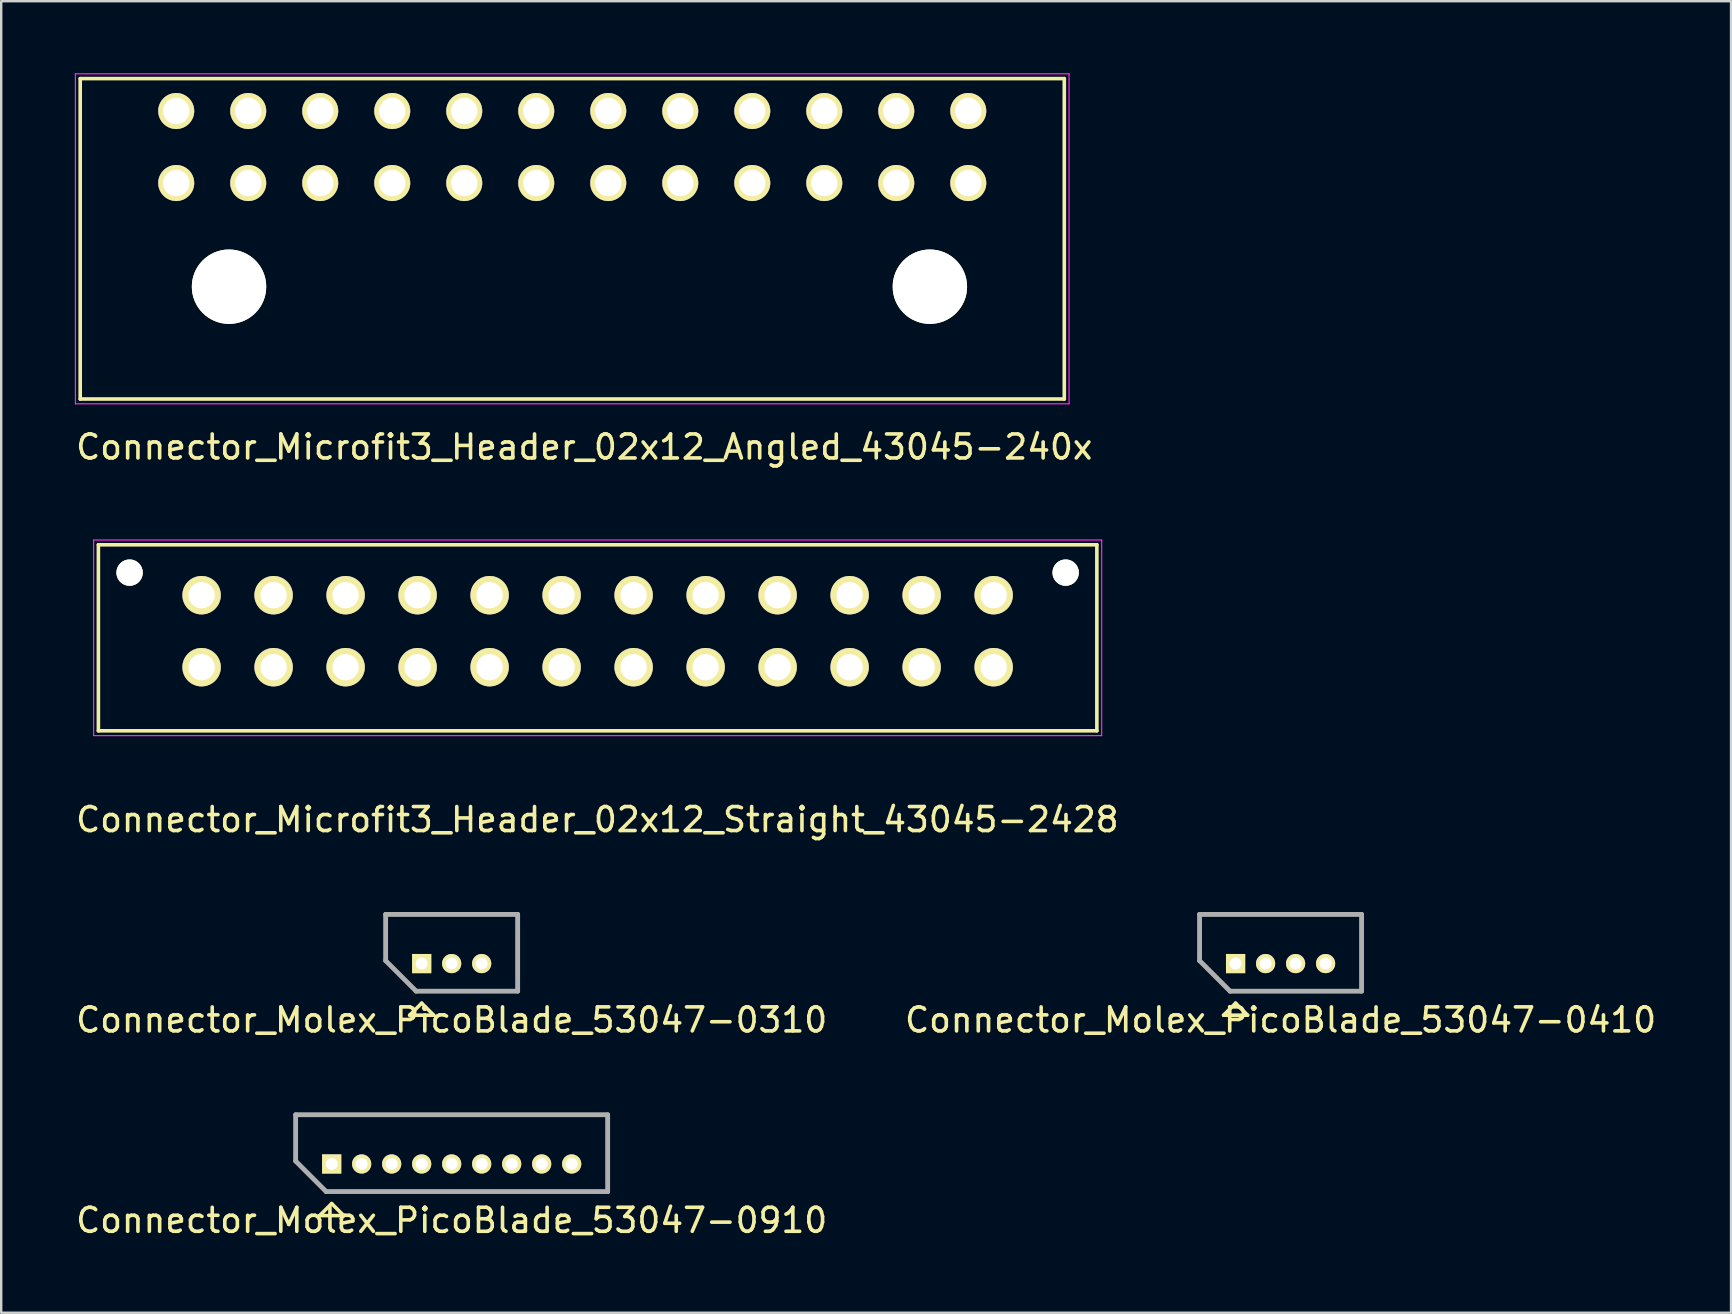
<source format=kicad_pcb>
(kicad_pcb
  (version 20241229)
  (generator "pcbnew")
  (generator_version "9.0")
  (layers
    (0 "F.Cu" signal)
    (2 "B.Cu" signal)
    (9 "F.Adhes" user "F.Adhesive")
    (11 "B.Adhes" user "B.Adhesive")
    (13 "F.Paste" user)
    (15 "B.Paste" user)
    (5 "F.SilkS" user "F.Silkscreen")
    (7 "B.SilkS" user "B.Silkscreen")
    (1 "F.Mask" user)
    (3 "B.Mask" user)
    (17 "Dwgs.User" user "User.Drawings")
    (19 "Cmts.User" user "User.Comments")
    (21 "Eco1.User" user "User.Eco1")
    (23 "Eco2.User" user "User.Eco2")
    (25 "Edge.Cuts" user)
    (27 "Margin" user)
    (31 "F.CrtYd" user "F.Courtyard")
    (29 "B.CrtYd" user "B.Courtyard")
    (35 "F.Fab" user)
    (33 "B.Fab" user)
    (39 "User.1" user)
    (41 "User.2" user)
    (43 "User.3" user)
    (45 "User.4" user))
  (footprint "Connector_Molex_PicoBlade_53047-0910"
    (layer "F.Cu")
    (at 10.768 45.445)
    (property "Reference" "Connector_Molex_PicoBlade_53047-0910" (at 5 2.35 0) (layer "F.SilkS") (effects (font (size 1 1) (thickness 0.15))))
    (attr through_hole)
    (fp_line (start -1.5 -2.05) (end 11.5 -2.05) (stroke (width 0.15) (type solid)) (layer "F.SilkS"))
    (fp_line (start -1.5 -0.12) (end -1.5 -2.05) (stroke (width 0.15) (type solid)) (layer "F.SilkS"))
    (fp_line (start -0.5 2.15) (end 0 1.65) (stroke (width 0.15) (type solid)) (layer "F.SilkS"))
    (fp_line (start 0 1.65) (end 0.5 2.15) (stroke (width 0.15) (type solid)) (layer "F.SilkS"))
    (fp_line (start 0.5 2.15) (end -0.5 2.15) (stroke (width 0.15) (type solid)) (layer "F.SilkS"))
    (fp_line (start 11.5 -2.05) (end 11.5 1.15) (stroke (width 0.15) (type solid)) (layer "F.SilkS"))
    (fp_line (start 11.5 1.15) (end -0.23 1.15) (stroke (width 0.15) (type solid)) (layer "F.SilkS"))
    (fp_line (start -1.5 -2.05) (end 11.5 -2.05) (stroke (width 0.2) (type solid)) (layer "F.Fab"))
    (fp_line (start -1.5 -0.12) (end -1.5 -2.05) (stroke (width 0.2) (type solid)) (layer "F.Fab"))
    (fp_line (start -0.23 1.15) (end -1.5 -0.12) (stroke (width 0.2) (type solid)) (layer "F.Fab"))
    (fp_line (start 11.5 -2.05) (end 11.5 1.15) (stroke (width 0.2) (type solid)) (layer "F.Fab"))
    (fp_line (start 11.5 1.15) (end -0.23 1.15) (stroke (width 0.2) (type solid)) (layer "F.Fab"))
    (pad "1" thru_hole rect (at 0 0) (size 0.8 0.8) (drill 0.5) (layers "*.Cu" "*.Mask" "F.SilkS"))
    (pad "2" thru_hole oval (at 1.25 0) (size 0.8 0.8) (drill 0.5) (layers "*.Cu" "*.Mask" "F.SilkS"))
    (pad "3" thru_hole oval (at 2.5 0) (size 0.8 0.8) (drill 0.5) (layers "*.Cu" "*.Mask" "F.SilkS"))
    (pad "4" thru_hole oval (at 3.75 0) (size 0.8 0.8) (drill 0.5) (layers "*.Cu" "*.Mask" "F.SilkS"))
    (pad "5" thru_hole oval (at 5 0) (size 0.8 0.8) (drill 0.5) (layers "*.Cu" "*.Mask" "F.SilkS"))
    (pad "6" thru_hole oval (at 6.25 0) (size 0.8 0.8) (drill 0.5) (layers "*.Cu" "*.Mask" "F.SilkS"))
    (pad "7" thru_hole oval (at 7.5 0) (size 0.8 0.8) (drill 0.5) (layers "*.Cu" "*.Mask" "F.SilkS"))
    (pad "8" thru_hole oval (at 8.75 0) (size 0.8 0.8) (drill 0.5) (layers "*.Cu" "*.Mask" "F.SilkS"))
    (pad "9" thru_hole oval (at 10 0) (size 0.8 0.8) (drill 0.5) (layers "*.Cu" "*.Mask" "F.SilkS")))
  (footprint "Connector_Molex_PicoBlade_53047-0410"
    (layer "F.Cu")
    (at 48.429 37.096)
    (property "Reference" "Connector_Molex_PicoBlade_53047-0410" (at 1.875 2.35 0) (layer "F.SilkS") (effects (font (size 1 1) (thickness 0.15))))
    (attr through_hole)
    (fp_line (start -1.5 -2.05) (end 5.25 -2.05) (stroke (width 0.15) (type solid)) (layer "F.SilkS"))
    (fp_line (start -1.5 -0.12) (end -1.5 -2.05) (stroke (width 0.15) (type solid)) (layer "F.SilkS"))
    (fp_line (start -0.5 2.15) (end 0 1.65) (stroke (width 0.15) (type solid)) (layer "F.SilkS"))
    (fp_line (start 0 1.65) (end 0.5 2.15) (stroke (width 0.15) (type solid)) (layer "F.SilkS"))
    (fp_line (start 0.5 2.15) (end -0.5 2.15) (stroke (width 0.15) (type solid)) (layer "F.SilkS"))
    (fp_line (start 5.25 -2.05) (end 5.25 1.15) (stroke (width 0.15) (type solid)) (layer "F.SilkS"))
    (fp_line (start 5.25 1.15) (end -0.23 1.15) (stroke (width 0.15) (type solid)) (layer "F.SilkS"))
    (fp_line (start -1.5 -2.05) (end 5.25 -2.05) (stroke (width 0.2) (type solid)) (layer "F.Fab"))
    (fp_line (start -1.5 -0.12) (end -1.5 -2.05) (stroke (width 0.2) (type solid)) (layer "F.Fab"))
    (fp_line (start -0.23 1.15) (end -1.5 -0.12) (stroke (width 0.2) (type solid)) (layer "F.Fab"))
    (fp_line (start 5.25 -2.05) (end 5.25 1.15) (stroke (width 0.2) (type solid)) (layer "F.Fab"))
    (fp_line (start 5.25 1.15) (end -0.23 1.15) (stroke (width 0.2) (type solid)) (layer "F.Fab"))
    (pad "1" thru_hole rect (at 0 0) (size 0.8 0.8) (drill 0.5) (layers "*.Cu" "*.Mask" "F.SilkS"))
    (pad "2" thru_hole oval (at 1.25 0) (size 0.8 0.8) (drill 0.5) (layers "*.Cu" "*.Mask" "F.SilkS"))
    (pad "3" thru_hole oval (at 2.5 0) (size 0.8 0.8) (drill 0.5) (layers "*.Cu" "*.Mask" "F.SilkS"))
    (pad "4" thru_hole oval (at 3.75 0) (size 0.8 0.8) (drill 0.5) (layers "*.Cu" "*.Mask" "F.SilkS")))
  (footprint "Connector_Microfit3_Header_02x12_Angled_43045-240x"
    (layer "F.Cu")
    (at 37.292 4.575)
    (property "Reference" "Connector_Microfit3_Header_02x12_Angled_43045-240x" (at -16 11 0) (layer "F.SilkS") (effects (font (size 1 1) (thickness 0.15))))
    (attr through_hole)
    (fp_line (start -37 -4.35) (end 4 -4.35) (stroke (width 0.15) (type solid)) (layer "F.SilkS"))
    (fp_line (start -37 9) (end -37 -4.35) (stroke (width 0.15) (type solid)) (layer "F.SilkS"))
    (fp_line (start 4 -4.35) (end 4 9) (stroke (width 0.15) (type solid)) (layer "F.SilkS"))
    (fp_line (start 4 9) (end -37 9) (stroke (width 0.15) (type solid)) (layer "F.SilkS"))
    (fp_line (start -37.2 -4.55) (end -37.2 9.2) (stroke (width 0.05) (type solid)) (layer "F.CrtYd"))
    (fp_line (start -37.2 9.2) (end 4.2 9.2) (stroke (width 0.05) (type solid)) (layer "F.CrtYd"))
    (fp_line (start 4.2 -4.55) (end -37.2 -4.55) (stroke (width 0.05) (type solid)) (layer "F.CrtYd"))
    (fp_line (start 4.2 9.2) (end 4.2 -4.55) (stroke (width 0.05) (type solid)) (layer "F.CrtYd"))
    (pad "" np_thru_hole circle (at -30.8 4.32) (size 3.1 3.1) (drill 3.1) (layers "*.Cu" "*.Mask" "F.SilkS"))
    (pad "" np_thru_hole circle (at -1.6 4.32) (size 3.1 3.1) (drill 3.1) (layers "*.Cu" "*.Mask" "F.SilkS"))
    (pad "1" thru_hole circle (at 0 0) (size 1.5 1.5) (drill 1.1) (layers "*.Cu" "*.Mask" "F.SilkS"))
    (pad "2" thru_hole circle (at -3 0) (size 1.5 1.5) (drill 1.1) (layers "*.Cu" "*.Mask" "F.SilkS"))
    (pad "3" thru_hole circle (at -6 0) (size 1.5 1.5) (drill 1.1) (layers "*.Cu" "*.Mask" "F.SilkS"))
    (pad "4" thru_hole circle (at -9 0) (size 1.5 1.5) (drill 1.1) (layers "*.Cu" "*.Mask" "F.SilkS"))
    (pad "5" thru_hole circle (at -12 0) (size 1.5 1.5) (drill 1.1) (layers "*.Cu" "*.Mask" "F.SilkS"))
    (pad "6" thru_hole circle (at -15 0) (size 1.5 1.5) (drill 1.1) (layers "*.Cu" "*.Mask" "F.SilkS"))
    (pad "7" thru_hole circle (at -18 0) (size 1.5 1.5) (drill 1.1) (layers "*.Cu" "*.Mask" "F.SilkS"))
    (pad "8" thru_hole circle (at -21 0) (size 1.5 1.5) (drill 1.1) (layers "*.Cu" "*.Mask" "F.SilkS"))
    (pad "9" thru_hole circle (at -24 0) (size 1.5 1.5) (drill 1.1) (layers "*.Cu" "*.Mask" "F.SilkS"))
    (pad "10" thru_hole circle (at -27 0) (size 1.5 1.5) (drill 1.1) (layers "*.Cu" "*.Mask" "F.SilkS"))
    (pad "11" thru_hole circle (at -30 0) (size 1.5 1.5) (drill 1.1) (layers "*.Cu" "*.Mask" "F.SilkS"))
    (pad "12" thru_hole circle (at -33 0) (size 1.5 1.5) (drill 1.1) (layers "*.Cu" "*.Mask" "F.SilkS"))
    (pad "13" thru_hole circle (at 0 -3) (size 1.5 1.5) (drill 1.1) (layers "*.Cu" "*.Mask" "F.SilkS"))
    (pad "14" thru_hole circle (at -3 -3) (size 1.5 1.5) (drill 1.1) (layers "*.Cu" "*.Mask" "F.SilkS"))
    (pad "15" thru_hole circle (at -6 -3) (size 1.5 1.5) (drill 1.1) (layers "*.Cu" "*.Mask" "F.SilkS"))
    (pad "16" thru_hole circle (at -9 -3) (size 1.5 1.5) (drill 1.1) (layers "*.Cu" "*.Mask" "F.SilkS"))
    (pad "17" thru_hole circle (at -12 -3) (size 1.5 1.5) (drill 1.1) (layers "*.Cu" "*.Mask" "F.SilkS"))
    (pad "18" thru_hole circle (at -15 -3) (size 1.5 1.5) (drill 1.1) (layers "*.Cu" "*.Mask" "F.SilkS"))
    (pad "19" thru_hole circle (at -18 -3) (size 1.5 1.5) (drill 1.1) (layers "*.Cu" "*.Mask" "F.SilkS"))
    (pad "20" thru_hole circle (at -21 -3) (size 1.5 1.5) (drill 1.1) (layers "*.Cu" "*.Mask" "F.SilkS"))
    (pad "21" thru_hole circle (at -24 -3) (size 1.5 1.5) (drill 1.1) (layers "*.Cu" "*.Mask" "F.SilkS"))
    (pad "22" thru_hole circle (at -27 -3) (size 1.5 1.5) (drill 1.1) (layers "*.Cu" "*.Mask" "F.SilkS"))
    (pad "23" thru_hole circle (at -30 -3) (size 1.5 1.5) (drill 1.1) (layers "*.Cu" "*.Mask" "F.SilkS"))
    (pad "24" thru_hole circle (at -33 -3) (size 1.5 1.5) (drill 1.1) (layers "*.Cu" "*.Mask" "F.SilkS")))
  (footprint "Connector_Microfit3_Header_02x12_Straight_43045-2428"
    (layer "F.Cu")
    (at 38.349 24.748)
    (property "Reference" "Connector_Microfit3_Header_02x12_Straight_43045-2428" (at -16.51 6.35 0) (layer "F.SilkS") (effects (font (size 1 1) (thickness 0.15))))
    (attr through_hole)
    (fp_line (start -37.3 2.65) (end -37.3 -5.1) (stroke (width 0.15) (type solid)) (layer "F.SilkS"))
    (fp_line (start 4.3 -5.1) (end -37.3 -5.1) (stroke (width 0.15) (type solid)) (layer "F.SilkS"))
    (fp_line (start 4.3 2.65) (end -37.3 2.65) (stroke (width 0.15) (type solid)) (layer "F.SilkS"))
    (fp_line (start 4.3 2.65) (end 4.3 -5.1) (stroke (width 0.15) (type solid)) (layer "F.SilkS"))
    (fp_line (start -37.5 2.85) (end -37.5 -5.3) (stroke (width 0.05) (type solid)) (layer "F.CrtYd"))
    (fp_line (start 4.5 -5.3) (end -37.5 -5.3) (stroke (width 0.05) (type solid)) (layer "F.CrtYd"))
    (fp_line (start 4.5 2.85) (end -37.5 2.85) (stroke (width 0.05) (type solid)) (layer "F.CrtYd"))
    (fp_line (start 4.5 2.85) (end 4.5 -5.3) (stroke (width 0.05) (type solid)) (layer "F.CrtYd"))
    (pad "" np_thru_hole circle (at -36 -3.94) (size 1.1 1.1) (drill 1.1) (layers "*.Cu" "*.Mask" "F.SilkS"))
    (pad "" np_thru_hole circle (at 3 -3.94) (size 1.1 1.1) (drill 1.1) (layers "*.Cu" "*.Mask" "F.SilkS"))
    (pad "1" thru_hole circle (at 0 0) (size 1.6 1.6) (drill 1.1) (layers "*.Cu" "*.Mask" "F.SilkS"))
    (pad "2" thru_hole circle (at -3 0) (size 1.6 1.6) (drill 1.1) (layers "*.Cu" "*.Mask" "F.SilkS"))
    (pad "3" thru_hole circle (at -6 0) (size 1.6 1.6) (drill 1.1) (layers "*.Cu" "*.Mask" "F.SilkS"))
    (pad "4" thru_hole circle (at -9 0) (size 1.6 1.6) (drill 1.1) (layers "*.Cu" "*.Mask" "F.SilkS"))
    (pad "5" thru_hole circle (at -12 0) (size 1.6 1.6) (drill 1.1) (layers "*.Cu" "*.Mask" "F.SilkS"))
    (pad "6" thru_hole circle (at -15 0) (size 1.6 1.6) (drill 1.1) (layers "*.Cu" "*.Mask" "F.SilkS"))
    (pad "7" thru_hole circle (at -18 0) (size 1.6 1.6) (drill 1.1) (layers "*.Cu" "*.Mask" "F.SilkS"))
    (pad "8" thru_hole circle (at -21 0) (size 1.6 1.6) (drill 1.1) (layers "*.Cu" "*.Mask" "F.SilkS"))
    (pad "9" thru_hole circle (at -24 0) (size 1.6 1.6) (drill 1.1) (layers "*.Cu" "*.Mask" "F.SilkS"))
    (pad "10" thru_hole circle (at -27 0) (size 1.6 1.6) (drill 1.1) (layers "*.Cu" "*.Mask" "F.SilkS"))
    (pad "11" thru_hole circle (at -30 0) (size 1.6 1.6) (drill 1.1) (layers "*.Cu" "*.Mask" "F.SilkS"))
    (pad "12" thru_hole circle (at -33 0) (size 1.6 1.6) (drill 1.1) (layers "*.Cu" "*.Mask" "F.SilkS"))
    (pad "13" thru_hole circle (at 0 -3) (size 1.6 1.6) (drill 1.1) (layers "*.Cu" "*.Mask" "F.SilkS"))
    (pad "14" thru_hole circle (at -3 -3) (size 1.6 1.6) (drill 1.1) (layers "*.Cu" "*.Mask" "F.SilkS"))
    (pad "15" thru_hole circle (at -6 -3) (size 1.6 1.6) (drill 1.1) (layers "*.Cu" "*.Mask" "F.SilkS"))
    (pad "16" thru_hole circle (at -9 -3) (size 1.6 1.6) (drill 1.1) (layers "*.Cu" "*.Mask" "F.SilkS"))
    (pad "17" thru_hole circle (at -12 -3) (size 1.6 1.6) (drill 1.1) (layers "*.Cu" "*.Mask" "F.SilkS"))
    (pad "18" thru_hole circle (at -15 -3) (size 1.6 1.6) (drill 1.1) (layers "*.Cu" "*.Mask" "F.SilkS"))
    (pad "19" thru_hole circle (at -18 -3) (size 1.6 1.6) (drill 1.1) (layers "*.Cu" "*.Mask" "F.SilkS"))
    (pad "20" thru_hole circle (at -21 -3) (size 1.6 1.6) (drill 1.1) (layers "*.Cu" "*.Mask" "F.SilkS"))
    (pad "21" thru_hole circle (at -24 -3) (size 1.6 1.6) (drill 1.1) (layers "*.Cu" "*.Mask" "F.SilkS"))
    (pad "22" thru_hole circle (at -27 -3) (size 1.6 1.6) (drill 1.1) (layers "*.Cu" "*.Mask" "F.SilkS"))
    (pad "23" thru_hole circle (at -30 -3) (size 1.6 1.6) (drill 1.1) (layers "*.Cu" "*.Mask" "F.SilkS"))
    (pad "24" thru_hole circle (at -33 -3) (size 1.6 1.6) (drill 1.1) (layers "*.Cu" "*.Mask" "F.SilkS")))
  (footprint "Connector_Molex_PicoBlade_53047-0310"
    (layer "F.Cu")
    (at 14.518 37.096)
    (property "Reference" "Connector_Molex_PicoBlade_53047-0310" (at 1.25 2.35 0) (layer "F.SilkS") (effects (font (size 1 1) (thickness 0.15))))
    (attr through_hole)
    (fp_line (start -1.5 -2.05) (end 4 -2.05) (stroke (width 0.15) (type solid)) (layer "F.SilkS"))
    (fp_line (start -1.5 -0.12) (end -1.5 -2.05) (stroke (width 0.15) (type solid)) (layer "F.SilkS"))
    (fp_line (start -0.5 2.15) (end 0 1.65) (stroke (width 0.15) (type solid)) (layer "F.SilkS"))
    (fp_line (start 0 1.65) (end 0.5 2.15) (stroke (width 0.15) (type solid)) (layer "F.SilkS"))
    (fp_line (start 0.5 2.15) (end -0.5 2.15) (stroke (width 0.15) (type solid)) (layer "F.SilkS"))
    (fp_line (start 4 -2.05) (end 4 1.15) (stroke (width 0.15) (type solid)) (layer "F.SilkS"))
    (fp_line (start 4 1.15) (end -0.23 1.15) (stroke (width 0.15) (type solid)) (layer "F.SilkS"))
    (fp_line (start -1.5 -2.05) (end 4 -2.05) (stroke (width 0.2) (type solid)) (layer "F.Fab"))
    (fp_line (start -1.5 -0.12) (end -1.5 -2.05) (stroke (width 0.2) (type solid)) (layer "F.Fab"))
    (fp_line (start -0.23 1.15) (end -1.5 -0.12) (stroke (width 0.2) (type solid)) (layer "F.Fab"))
    (fp_line (start 4 -2.05) (end 4 1.15) (stroke (width 0.2) (type solid)) (layer "F.Fab"))
    (fp_line (start 4 1.15) (end -0.23 1.15) (stroke (width 0.2) (type solid)) (layer "F.Fab"))
    (pad "1" thru_hole rect (at 0 0) (size 0.8 0.8) (drill 0.5) (layers "*.Cu" "*.Mask" "F.SilkS"))
    (pad "2" thru_hole oval (at 1.25 0) (size 0.8 0.8) (drill 0.5) (layers "*.Cu" "*.Mask" "F.SilkS"))
    (pad "3" thru_hole oval (at 2.5 0) (size 0.8 0.8) (drill 0.5) (layers "*.Cu" "*.Mask" "F.SilkS")))
  (gr_rect
    (start -3 -3)
    (end 69.071 51.643)
    (stroke (width 0.1) (type default))
    (fill no)
    (layer "Edge.Cuts")))
</source>
